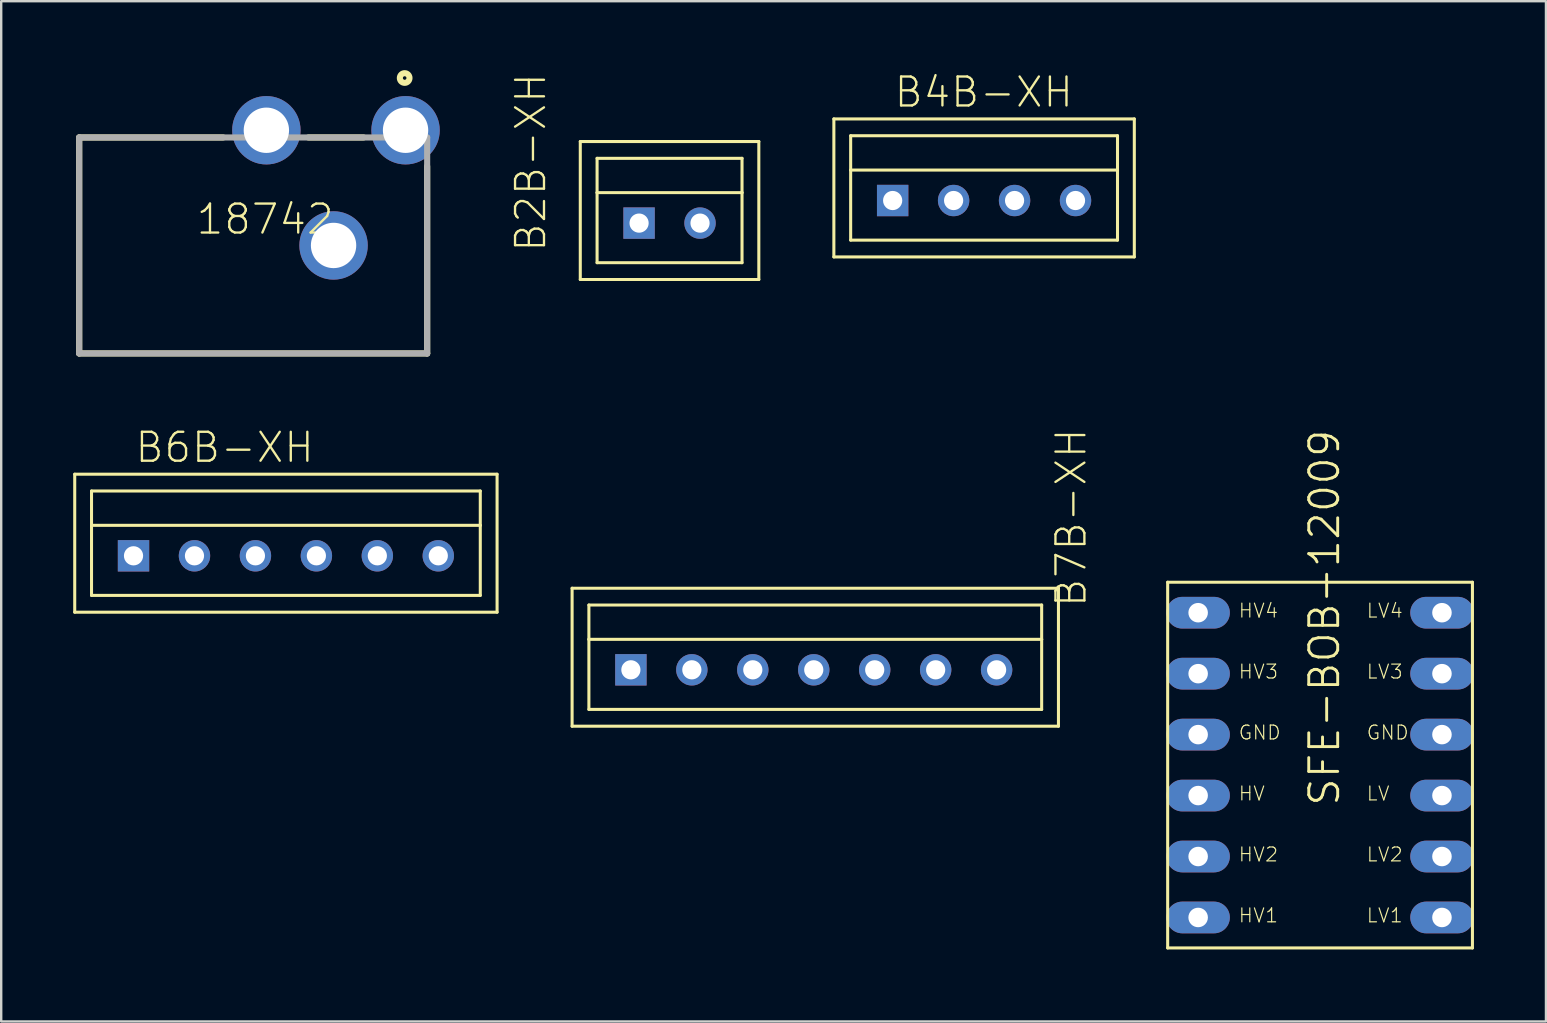
<source format=kicad_pcb>
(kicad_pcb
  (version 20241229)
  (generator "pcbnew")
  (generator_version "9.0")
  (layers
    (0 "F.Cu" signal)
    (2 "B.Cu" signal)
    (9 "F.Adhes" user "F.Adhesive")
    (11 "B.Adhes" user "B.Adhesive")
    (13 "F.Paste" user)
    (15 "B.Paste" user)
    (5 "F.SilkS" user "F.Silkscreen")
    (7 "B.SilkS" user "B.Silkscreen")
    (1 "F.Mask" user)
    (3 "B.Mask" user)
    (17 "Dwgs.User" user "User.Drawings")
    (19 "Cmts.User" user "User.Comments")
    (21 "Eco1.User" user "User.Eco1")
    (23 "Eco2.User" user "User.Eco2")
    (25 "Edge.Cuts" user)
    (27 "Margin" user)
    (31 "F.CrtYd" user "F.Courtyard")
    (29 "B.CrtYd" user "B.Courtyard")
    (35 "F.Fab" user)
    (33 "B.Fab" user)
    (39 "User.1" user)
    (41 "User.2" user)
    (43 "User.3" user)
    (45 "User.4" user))
  (footprint "B2B-XH"
    (layer "F.Cu")
    (at 26.121 6.247)
    (property "Reference" "B2B-XH" (at -6.35 1.27 90) (layer "F.SilkS") (effects (font (size 1.206 1.206) (thickness 0.097)) (justify left bottom)))
    (attr through_hole)
    (fp_line (start -4.99 -3.4) (end 2.45 -3.4) (stroke (width 0.127) (type solid)) (layer "F.SilkS"))
    (fp_line (start -4.99 2.35) (end -4.99 -3.4) (stroke (width 0.127) (type solid)) (layer "F.SilkS"))
    (fp_line (start -4.29 -2.7) (end 1.75 -2.7) (stroke (width 0.127) (type solid)) (layer "F.SilkS"))
    (fp_line (start -4.29 -1.27) (end -4.29 -2.7) (stroke (width 0.127) (type solid)) (layer "F.SilkS"))
    (fp_line (start -4.29 -1.27) (end 1.75 -1.27) (stroke (width 0.127) (type solid)) (layer "F.SilkS"))
    (fp_line (start -4.29 1.65) (end -4.29 -1.27) (stroke (width 0.127) (type solid)) (layer "F.SilkS"))
    (fp_line (start 1.75 -2.7) (end 1.75 -1.27) (stroke (width 0.127) (type solid)) (layer "F.SilkS"))
    (fp_line (start 1.75 -1.27) (end 1.75 1.65) (stroke (width 0.127) (type solid)) (layer "F.SilkS"))
    (fp_line (start 1.75 1.65) (end -4.29 1.65) (stroke (width 0.127) (type solid)) (layer "F.SilkS"))
    (fp_line (start 2.45 -3.4) (end 2.45 2.35) (stroke (width 0.127) (type solid)) (layer "F.SilkS"))
    (fp_line (start 2.45 2.35) (end -4.99 2.35) (stroke (width 0.127) (type solid)) (layer "F.SilkS"))
    (pad "P$1" thru_hole rect (at -2.54 0) (size 1.308 1.308) (drill 0.8) (layers "*.Cu" "*.Mask"))
    (pad "P$2" thru_hole circle (at 0 0) (size 1.308 1.308) (drill 0.8) (layers "*.Cu" "*.Mask")))
  (footprint "SFE-BOB-12009"
    (layer "F.Cu")
    (at 51.958 28.832)
    (property "Reference" "SFE-BOB-12009" (at 0.889 1.778 90) (layer "F.SilkS") (effects (font (size 1.206 1.206) (thickness 0.121)) (justify left bottom)))
    (attr through_hole)
    (fp_line (start -6.35 -7.62) (end 6.35 -7.62) (stroke (width 0.127) (type solid)) (layer "F.SilkS"))
    (fp_line (start -6.35 7.62) (end -6.35 -7.62) (stroke (width 0.127) (type solid)) (layer "F.SilkS"))
    (fp_line (start 6.35 -7.62) (end 6.35 7.62) (stroke (width 0.127) (type solid)) (layer "F.SilkS"))
    (fp_line (start 6.35 7.62) (end -6.35 7.62) (stroke (width 0.127) (type solid)) (layer "F.SilkS"))
    (fp_text user "LV2" (at 1.905 4.064 0) (layer "F.SilkS") (effects (font (size 0.579 0.579) (thickness 0.049)) (justify left bottom)))
    (fp_text user "GND" (at 1.905 -1.016 0) (layer "F.SilkS") (effects (font (size 0.579 0.579) (thickness 0.049)) (justify left bottom)))
    (fp_text user "HV" (at -3.429 1.524 0) (layer "F.SilkS") (effects (font (size 0.579 0.579) (thickness 0.049)) (justify left bottom)))
    (fp_text user "LV4" (at 1.905 -6.096 0) (layer "F.SilkS") (effects (font (size 0.579 0.579) (thickness 0.049)) (justify left bottom)))
    (fp_text user "HV3" (at -3.429 -3.556 0) (layer "F.SilkS") (effects (font (size 0.579 0.579) (thickness 0.049)) (justify left bottom)))
    (fp_text user "HV2" (at -3.429 4.064 0) (layer "F.SilkS") (effects (font (size 0.579 0.579) (thickness 0.049)) (justify left bottom)))
    (fp_text user "HV1" (at -3.429 6.604 0) (layer "F.SilkS") (effects (font (size 0.579 0.579) (thickness 0.049)) (justify left bottom)))
    (fp_text user "GND" (at -3.429 -1.016 0) (layer "F.SilkS") (effects (font (size 0.579 0.579) (thickness 0.049)) (justify left bottom)))
    (fp_text user "LV" (at 1.905 1.524 0) (layer "F.SilkS") (effects (font (size 0.579 0.579) (thickness 0.049)) (justify left bottom)))
    (fp_text user "LV1" (at 1.905 6.604 0) (layer "F.SilkS") (effects (font (size 0.579 0.579) (thickness 0.049)) (justify left bottom)))
    (fp_text user "HV4" (at -3.429 -6.096 0) (layer "F.SilkS") (effects (font (size 0.579 0.579) (thickness 0.049)) (justify left bottom)))
    (fp_text user "LV3" (at 1.905 -3.556 0) (layer "F.SilkS") (effects (font (size 0.579 0.579) (thickness 0.049)) (justify left bottom)))
    (pad "HGND" thru_hole oval (at -5.08 -1.27 180) (size 2.642 1.321) (drill 0.813) (layers "*.Cu" "*.Mask"))
    (pad "HV" thru_hole oval (at -5.08 1.27 180) (size 2.642 1.321) (drill 0.813) (layers "*.Cu" "*.Mask"))
    (pad "HV1" thru_hole oval (at -5.08 6.35 180) (size 2.642 1.321) (drill 0.813) (layers "*.Cu" "*.Mask"))
    (pad "HV2" thru_hole oval (at -5.08 3.81 180) (size 2.642 1.321) (drill 0.813) (layers "*.Cu" "*.Mask"))
    (pad "HV3" thru_hole oval (at -5.08 -3.81 180) (size 2.642 1.321) (drill 0.813) (layers "*.Cu" "*.Mask"))
    (pad "HV4" thru_hole oval (at -5.08 -6.35 180) (size 2.642 1.321) (drill 0.813) (layers "*.Cu" "*.Mask"))
    (pad "LGND" thru_hole oval (at 5.08 -1.27 180) (size 2.642 1.321) (drill 0.813) (layers "*.Cu" "*.Mask"))
    (pad "LV" thru_hole oval (at 5.08 1.27 180) (size 2.642 1.321) (drill 0.813) (layers "*.Cu" "*.Mask"))
    (pad "LV1" thru_hole oval (at 5.08 6.35 180) (size 2.642 1.321) (drill 0.813) (layers "*.Cu" "*.Mask"))
    (pad "LV2" thru_hole oval (at 5.08 3.81 180) (size 2.642 1.321) (drill 0.813) (layers "*.Cu" "*.Mask"))
    (pad "LV3" thru_hole oval (at 5.08 -3.81 180) (size 2.642 1.321) (drill 0.813) (layers "*.Cu" "*.Mask"))
    (pad "LV4" thru_hole oval (at 5.08 -6.35 180) (size 2.642 1.321) (drill 0.813) (layers "*.Cu" "*.Mask")))
  (footprint "18742"
    (layer "F.Cu")
    (at 0.25 7.178)
    (property "Reference" "18742" (at 7.748 -1.091 0) (layer "F.SilkS") (effects (font (size 1.206 1.206) (thickness 0.097))))
    (attr through_hole)
    (fp_line (start 0 -4.5) (end 0 4.5) (stroke (width 0.254) (type solid)) (layer "F.SilkS"))
    (fp_line (start 0 -4.5) (end 6 -4.5) (stroke (width 0.254) (type solid)) (layer "F.SilkS"))
    (fp_line (start 0 4.5) (end 14.5 4.5) (stroke (width 0.254) (type solid)) (layer "F.SilkS"))
    (fp_line (start 9.55 -4.5) (end 11.85 -4.5) (stroke (width 0.254) (type solid)) (layer "F.SilkS"))
    (fp_line (start 14.5 4.5) (end 14.5 -3.3) (stroke (width 0.254) (type solid)) (layer "F.SilkS"))
    (fp_circle (center 13.563 -6.977) (end 13.637 -6.977) (stroke (width 0.254) (type solid)) (fill no) (layer "F.SilkS"))
    (fp_line (start 0 -4.5) (end 0 4.5) (stroke (width 0.254) (type solid)) (layer "F.Fab"))
    (fp_line (start 0 4.5) (end 14.5 4.5) (stroke (width 0.254) (type solid)) (layer "F.Fab"))
    (fp_line (start 14.5 -4.5) (end 0 -4.5) (stroke (width 0.254) (type solid)) (layer "F.Fab"))
    (fp_line (start 14.5 4.5) (end 14.5 -4.5) (stroke (width 0.254) (type solid)) (layer "F.Fab"))
    (pad "1" thru_hole circle (at 13.6 -4.8) (size 2.85 2.85) (drill 1.89) (layers "*.Cu" "*.Mask"))
    (pad "2" thru_hole circle (at 7.8 -4.8) (size 2.85 2.85) (drill 1.89) (layers "*.Cu" "*.Mask"))
    (pad "3" thru_hole circle (at 10.6 0) (size 2.85 2.85) (drill 1.89) (layers "*.Cu" "*.Mask")))
  (footprint "B7B-XH"
    (layer "F.Cu")
    (at 32.13 24.862)
    (property "Reference" "B7B-XH" (at 10.16 -2.54 90) (layer "F.SilkS") (effects (font (size 1.206 1.206) (thickness 0.097)) (justify left bottom)))
    (attr through_hole)
    (fp_line (start -11.34 -3.4) (end 8.927 -3.4) (stroke (width 0.127) (type solid)) (layer "F.SilkS"))
    (fp_line (start -11.34 2.35) (end -11.34 -3.4) (stroke (width 0.127) (type solid)) (layer "F.SilkS"))
    (fp_line (start -10.64 -2.7) (end 8.227 -2.7) (stroke (width 0.127) (type solid)) (layer "F.SilkS"))
    (fp_line (start -10.64 -1.27) (end -10.64 -2.7) (stroke (width 0.127) (type solid)) (layer "F.SilkS"))
    (fp_line (start -10.64 -1.27) (end 8.227 -1.27) (stroke (width 0.127) (type solid)) (layer "F.SilkS"))
    (fp_line (start -10.64 1.65) (end -10.64 -1.27) (stroke (width 0.127) (type solid)) (layer "F.SilkS"))
    (fp_line (start 8.227 -2.7) (end 8.227 -1.27) (stroke (width 0.127) (type solid)) (layer "F.SilkS"))
    (fp_line (start 8.227 -1.27) (end 8.227 1.65) (stroke (width 0.127) (type solid)) (layer "F.SilkS"))
    (fp_line (start 8.227 1.65) (end -10.64 1.65) (stroke (width 0.127) (type solid)) (layer "F.SilkS"))
    (fp_line (start 8.927 -3.4) (end 8.927 2.35) (stroke (width 0.127) (type solid)) (layer "F.SilkS"))
    (fp_line (start 8.927 2.35) (end -11.34 2.35) (stroke (width 0.127) (type solid)) (layer "F.SilkS"))
    (pad "P$1" thru_hole rect (at -8.89 0) (size 1.308 1.308) (drill 0.8) (layers "*.Cu" "*.Mask"))
    (pad "P$2" thru_hole circle (at -6.35 0) (size 1.308 1.308) (drill 0.8) (layers "*.Cu" "*.Mask"))
    (pad "P$3" thru_hole circle (at -3.81 0) (size 1.308 1.308) (drill 0.8) (layers "*.Cu" "*.Mask"))
    (pad "P$4" thru_hole circle (at -1.27 0) (size 1.308 1.308) (drill 0.8) (layers "*.Cu" "*.Mask"))
    (pad "P$5" thru_hole circle (at 1.27 0) (size 1.308 1.308) (drill 0.8) (layers "*.Cu" "*.Mask"))
    (pad "P$6" thru_hole circle (at 3.81 0) (size 1.308 1.308) (drill 0.8) (layers "*.Cu" "*.Mask"))
    (pad "P$7" thru_hole circle (at 6.35 0) (size 1.308 1.308) (drill 0.8) (layers "*.Cu" "*.Mask")))
  (footprint "B6B-XH"
    (layer "F.Cu")
    (at 8.864 20.111)
    (property "Reference" "B6B-XH" (at -6.35 -3.81 0) (layer "F.SilkS") (effects (font (size 1.206 1.206) (thickness 0.097)) (justify left bottom)))
    (attr through_hole)
    (fp_line (start -8.8 -3.4) (end 8.8 -3.4) (stroke (width 0.127) (type solid)) (layer "F.SilkS"))
    (fp_line (start -8.8 2.35) (end -8.8 -3.4) (stroke (width 0.127) (type solid)) (layer "F.SilkS"))
    (fp_line (start -8.1 -2.7) (end 8.1 -2.7) (stroke (width 0.127) (type solid)) (layer "F.SilkS"))
    (fp_line (start -8.1 -1.27) (end -8.1 -2.7) (stroke (width 0.127) (type solid)) (layer "F.SilkS"))
    (fp_line (start -8.1 -1.27) (end 8.1 -1.27) (stroke (width 0.127) (type solid)) (layer "F.SilkS"))
    (fp_line (start -8.1 1.65) (end -8.1 -1.27) (stroke (width 0.127) (type solid)) (layer "F.SilkS"))
    (fp_line (start 8.1 -2.7) (end 8.1 -1.27) (stroke (width 0.127) (type solid)) (layer "F.SilkS"))
    (fp_line (start 8.1 -1.27) (end 8.1 1.65) (stroke (width 0.127) (type solid)) (layer "F.SilkS"))
    (fp_line (start 8.1 1.65) (end -8.1 1.65) (stroke (width 0.127) (type solid)) (layer "F.SilkS"))
    (fp_line (start 8.8 -3.4) (end 8.8 2.35) (stroke (width 0.127) (type solid)) (layer "F.SilkS"))
    (fp_line (start 8.8 2.35) (end -8.8 2.35) (stroke (width 0.127) (type solid)) (layer "F.SilkS"))
    (pad "P$1" thru_hole rect (at -6.35 0) (size 1.308 1.308) (drill 0.8) (layers "*.Cu" "*.Mask"))
    (pad "P$2" thru_hole circle (at -3.81 0) (size 1.308 1.308) (drill 0.8) (layers "*.Cu" "*.Mask"))
    (pad "P$3" thru_hole circle (at -1.27 0) (size 1.308 1.308) (drill 0.8) (layers "*.Cu" "*.Mask"))
    (pad "P$4" thru_hole circle (at 1.27 0) (size 1.308 1.308) (drill 0.8) (layers "*.Cu" "*.Mask"))
    (pad "P$5" thru_hole circle (at 3.81 0) (size 1.308 1.308) (drill 0.8) (layers "*.Cu" "*.Mask"))
    (pad "P$6" thru_hole circle (at 6.35 0) (size 1.308 1.308) (drill 0.8) (layers "*.Cu" "*.Mask")))
  (footprint "B4B-XH"
    (layer "F.Cu")
    (at 37.958 5.306)
    (property "Reference" "B4B-XH" (at -3.81 -3.81 0) (layer "F.SilkS") (effects (font (size 1.206 1.206) (thickness 0.097)) (justify left bottom)))
    (attr through_hole)
    (fp_line (start -6.26 -3.4) (end 6.26 -3.4) (stroke (width 0.127) (type solid)) (layer "F.SilkS"))
    (fp_line (start -6.26 2.35) (end -6.26 -3.4) (stroke (width 0.127) (type solid)) (layer "F.SilkS"))
    (fp_line (start -5.56 -2.7) (end 5.56 -2.7) (stroke (width 0.127) (type solid)) (layer "F.SilkS"))
    (fp_line (start -5.56 -1.27) (end -5.56 -2.7) (stroke (width 0.127) (type solid)) (layer "F.SilkS"))
    (fp_line (start -5.56 -1.27) (end 5.56 -1.27) (stroke (width 0.127) (type solid)) (layer "F.SilkS"))
    (fp_line (start -5.56 1.65) (end -5.56 -1.27) (stroke (width 0.127) (type solid)) (layer "F.SilkS"))
    (fp_line (start 5.56 -2.7) (end 5.56 -1.27) (stroke (width 0.127) (type solid)) (layer "F.SilkS"))
    (fp_line (start 5.56 -1.27) (end 5.56 1.65) (stroke (width 0.127) (type solid)) (layer "F.SilkS"))
    (fp_line (start 5.56 1.65) (end -5.56 1.65) (stroke (width 0.127) (type solid)) (layer "F.SilkS"))
    (fp_line (start 6.26 -3.4) (end 6.26 2.35) (stroke (width 0.127) (type solid)) (layer "F.SilkS"))
    (fp_line (start 6.26 2.35) (end -6.26 2.35) (stroke (width 0.127) (type solid)) (layer "F.SilkS"))
    (pad "P$1" thru_hole rect (at -3.81 0) (size 1.308 1.308) (drill 0.8) (layers "*.Cu" "*.Mask"))
    (pad "P$2" thru_hole circle (at -1.27 0) (size 1.308 1.308) (drill 0.8) (layers "*.Cu" "*.Mask"))
    (pad "P$3" thru_hole circle (at 1.27 0) (size 1.308 1.308) (drill 0.8) (layers "*.Cu" "*.Mask"))
    (pad "P$4" thru_hole circle (at 3.81 0) (size 1.308 1.308) (drill 0.8) (layers "*.Cu" "*.Mask")))
  (gr_rect
    (start -3 -3)
    (end 61.372 39.516)
    (stroke (width 0.1) (type default))
    (fill no)
    (layer "Edge.Cuts")))
</source>
